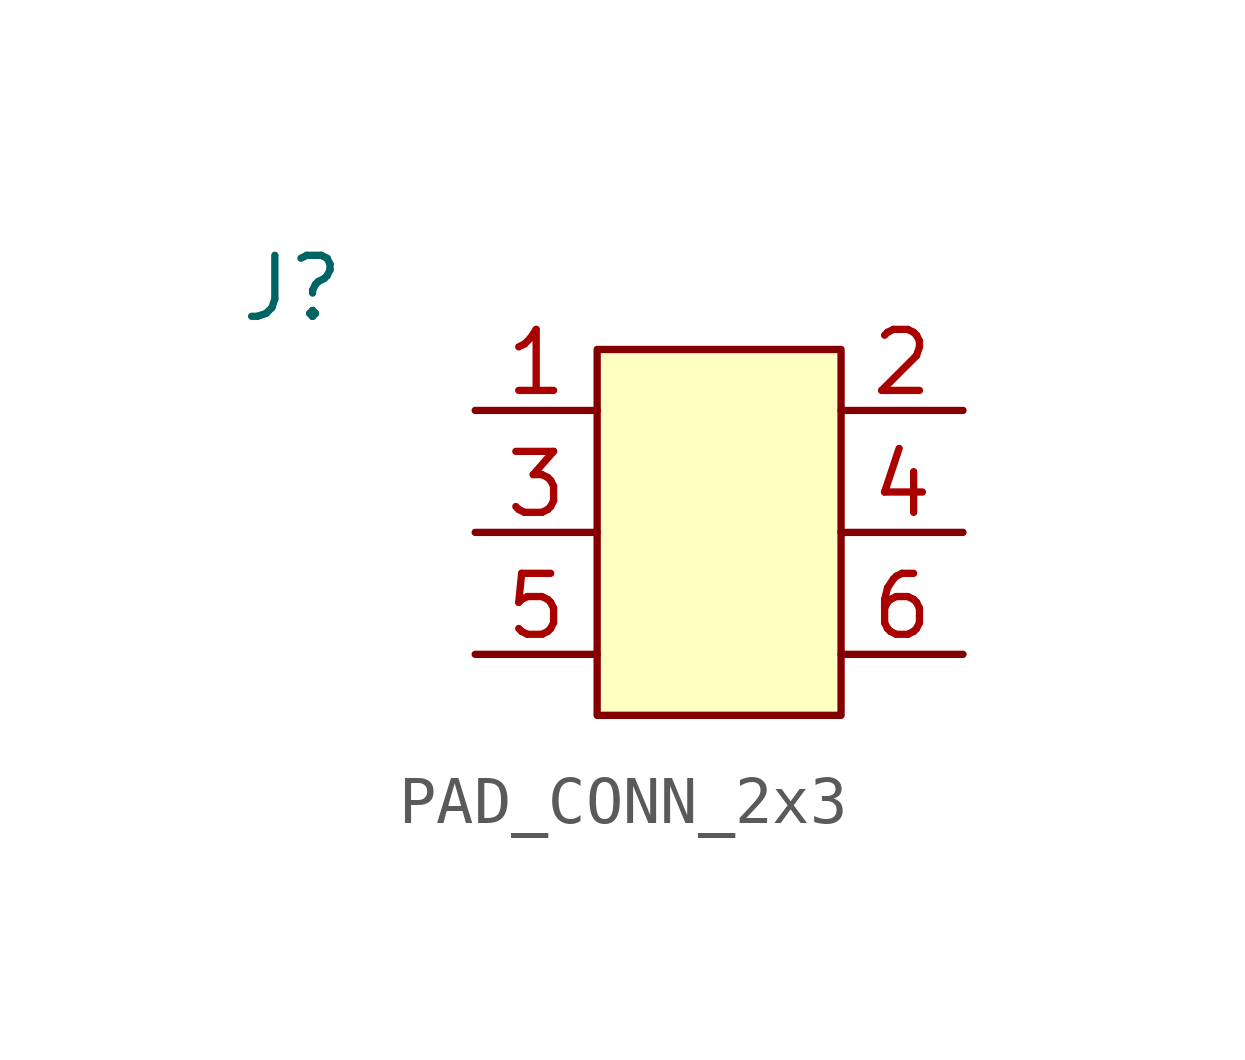
<source format=kicad_sym>
(kicad_symbol_lib
  (version 20241209)
  (generator "kicad_symbol_editor")
  (generator_version "9.0")
  (symbol "PAD_CONN_2x3"
    (property "Reference" "J"
      (at 0 0 0)
      (effects (font (size 1.27 1.27))))
    (symbol "PAD_CONN_2x3_1_1"
      (rectangle (start 6.35 -1.27) (end 11.43 -8.89) (stroke (width 0) (type default)) (fill (type background)))
      (pin input line (at 3.81 -2.54 0) (length 2.54) (name "" (effects (font (size 1.27 1.27)))) (number "1" (effects (font (size 1.27 1.27)))))
      (pin input line (at 3.81 -5.08 0) (length 2.54) (name "" (effects (font (size 1.27 1.27)))) (number "3" (effects (font (size 1.27 1.27)))))
      (pin input line (at 3.81 -7.62 0) (length 2.54) (name "" (effects (font (size 1.27 1.27)))) (number "5" (effects (font (size 1.27 1.27)))))
      (pin input line (at 13.97 -2.54 180) (length 2.54) (name "" (effects (font (size 1.27 1.27)))) (number "2" (effects (font (size 1.27 1.27)))))
      (pin input line (at 13.97 -5.08 180) (length 2.54) (name "" (effects (font (size 1.27 1.27)))) (number "4" (effects (font (size 1.27 1.27)))))
      (pin input line (at 13.97 -7.62 180) (length 2.54) (name "" (effects (font (size 1.27 1.27)))) (number "6" (effects (font (size 1.27 1.27))))))))
</source>
